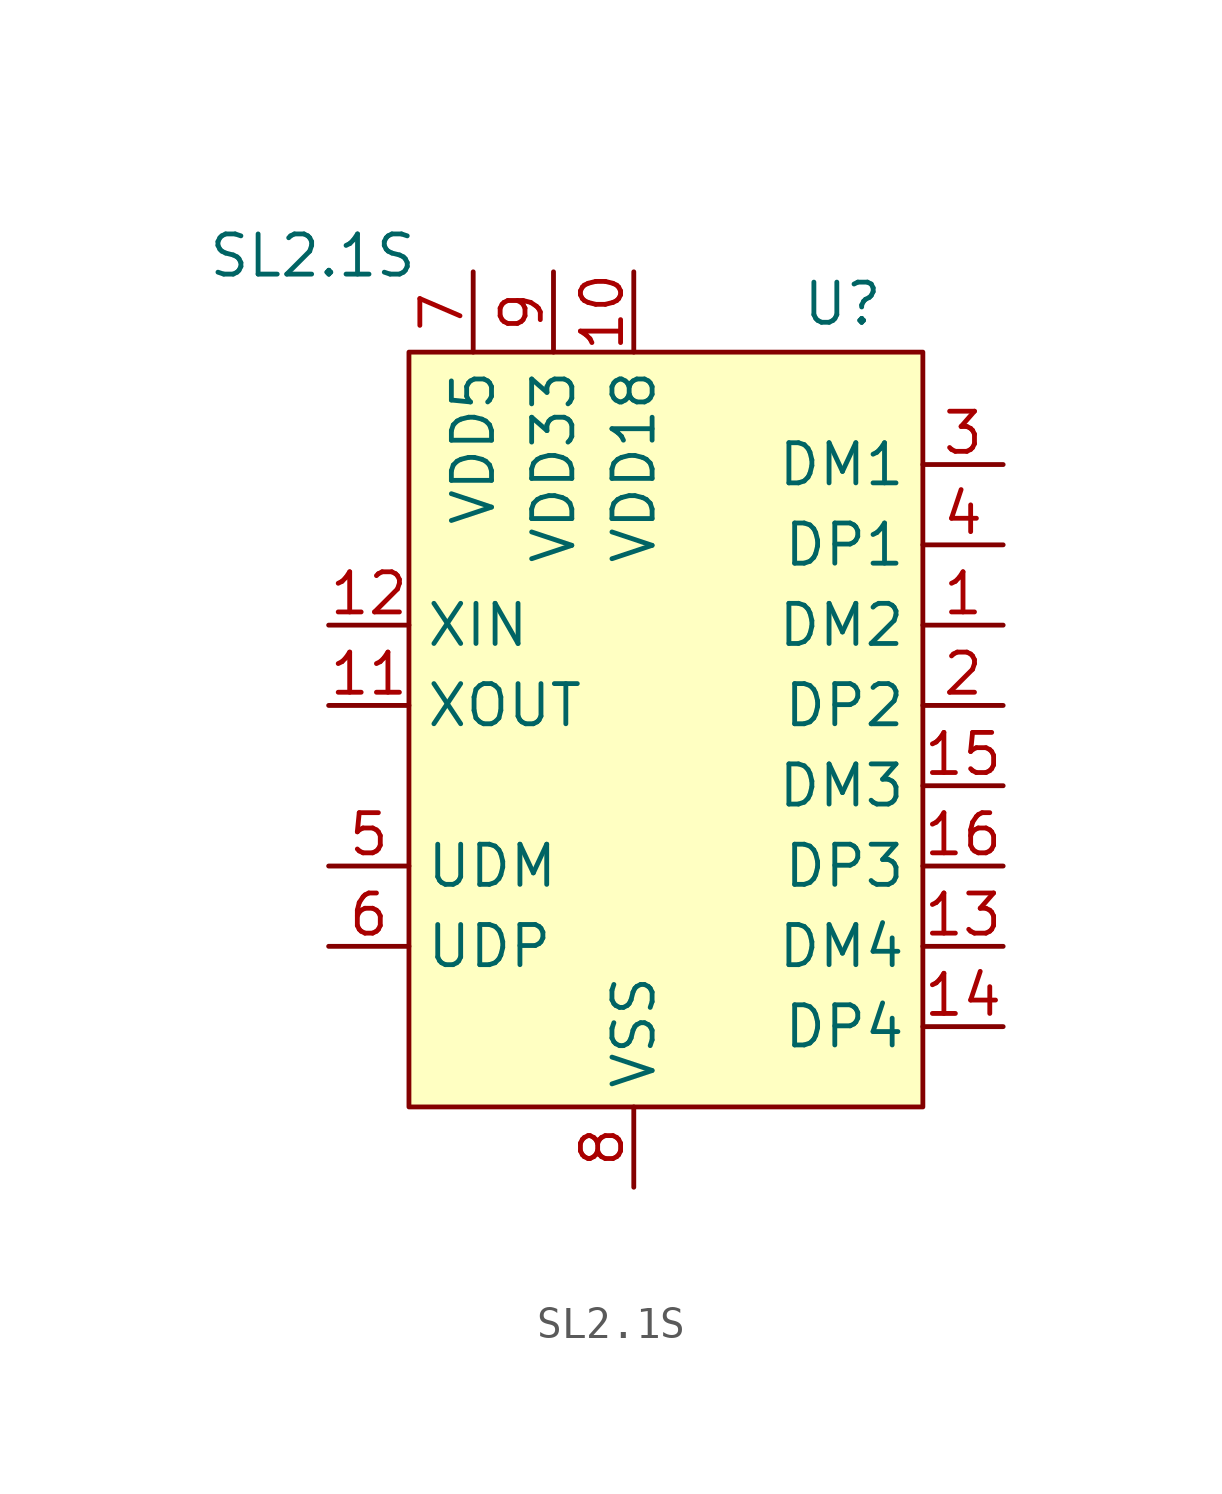
<source format=kicad_sym>
(kicad_symbol_lib
  (version 20211014)
  (generator kicad_symbol_editor)
  (symbol "SL2.1S"
    (property "Reference" "U"
      (at 5.08 13.716 0)
      (effects (font (size 1.27 1.27))))
    (property "Value" "SL2.1S"
      (at -11.684 15.24 0)
      (effects (font (size 1.27 1.27))))
    (symbol "SL2.1S_0_1"
      (rectangle (start -8.636 12.192) (end 7.62 -11.684) (stroke (width 0.152) (type default) (color 0 0 0 0)) (fill (type background))))
    (symbol "SL2.1S_1_1"
      (pin bidirectional line (at 10.16 3.556 180) (length 2.54) (name "DM2" (effects (font (size 1.27 1.27)))) (number "1" (effects (font (size 1.27 1.27)))))
      (pin power_in line (at -1.524 14.732 270) (length 2.54) (name "VDD18" (effects (font (size 1.27 1.27)))) (number "10" (effects (font (size 1.27 1.27)))))
      (pin input line (at -11.176 1.016 0) (length 2.54) (name "XOUT" (effects (font (size 1.27 1.27)))) (number "11" (effects (font (size 1.27 1.27)))))
      (pin input line (at -11.176 3.556 0) (length 2.54) (name "XIN" (effects (font (size 1.27 1.27)))) (number "12" (effects (font (size 1.27 1.27)))))
      (pin bidirectional line (at 10.16 -6.604 180) (length 2.54) (name "DM4" (effects (font (size 1.27 1.27)))) (number "13" (effects (font (size 1.27 1.27)))))
      (pin bidirectional line (at 10.16 -9.144 180) (length 2.54) (name "DP4" (effects (font (size 1.27 1.27)))) (number "14" (effects (font (size 1.27 1.27)))))
      (pin bidirectional line (at 10.16 -1.524 180) (length 2.54) (name "DM3" (effects (font (size 1.27 1.27)))) (number "15" (effects (font (size 1.27 1.27)))))
      (pin bidirectional line (at 10.16 -4.064 180) (length 2.54) (name "DP3" (effects (font (size 1.27 1.27)))) (number "16" (effects (font (size 1.27 1.27)))))
      (pin bidirectional line (at 10.16 1.016 180) (length 2.54) (name "DP2" (effects (font (size 1.27 1.27)))) (number "2" (effects (font (size 1.27 1.27)))))
      (pin bidirectional line (at 10.16 8.636 180) (length 2.54) (name "DM1" (effects (font (size 1.27 1.27)))) (number "3" (effects (font (size 1.27 1.27)))))
      (pin bidirectional line (at 10.16 6.096 180) (length 2.54) (name "DP1" (effects (font (size 1.27 1.27)))) (number "4" (effects (font (size 1.27 1.27)))))
      (pin bidirectional line (at -11.176 -4.064 0) (length 2.54) (name "UDM" (effects (font (size 1.27 1.27)))) (number "5" (effects (font (size 1.27 1.27)))))
      (pin bidirectional line (at -11.176 -6.604 0) (length 2.54) (name "UDP" (effects (font (size 1.27 1.27)))) (number "6" (effects (font (size 1.27 1.27)))))
      (pin power_in line (at -6.604 14.732 270) (length 2.54) (name "VDD5" (effects (font (size 1.27 1.27)))) (number "7" (effects (font (size 1.27 1.27)))))
      (pin power_in line (at -1.524 -14.224 90) (length 2.54) (name "VSS" (effects (font (size 1.27 1.27)))) (number "8" (effects (font (size 1.27 1.27)))))
      (pin power_in line (at -4.064 14.732 270) (length 2.54) (name "VDD33" (effects (font (size 1.27 1.27)))) (number "9" (effects (font (size 1.27 1.27))))))))
</source>
